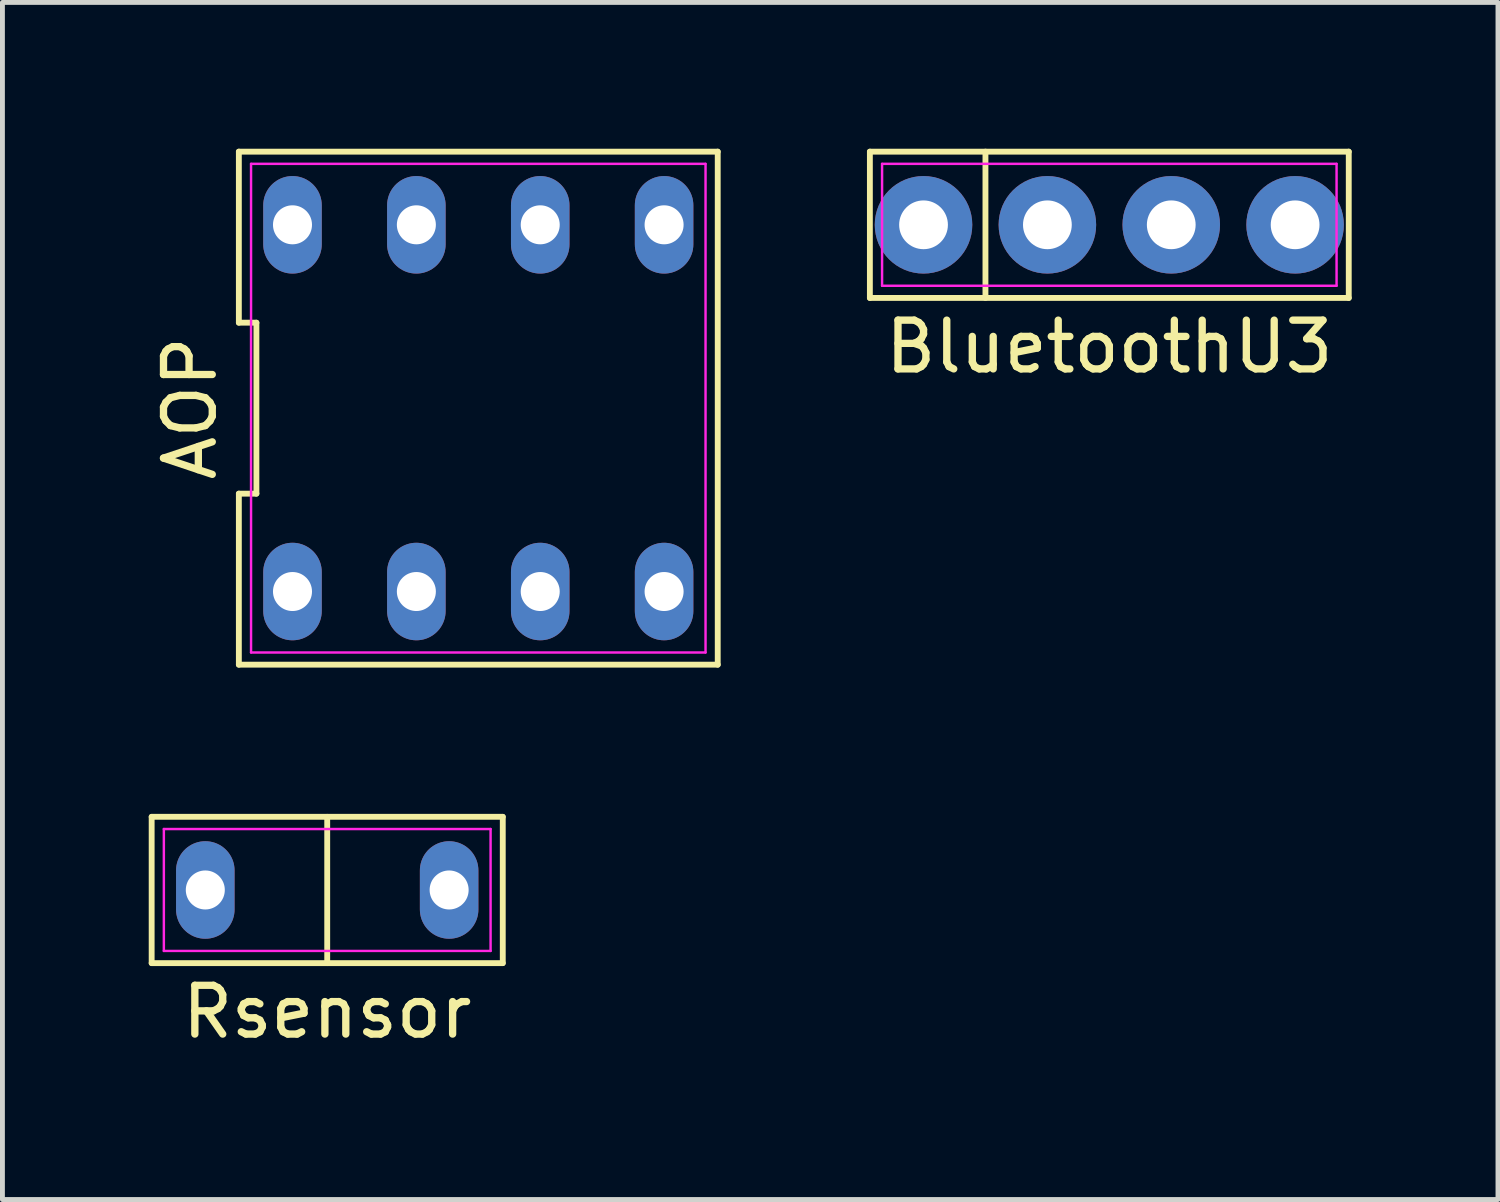
<source format=kicad_pcb>
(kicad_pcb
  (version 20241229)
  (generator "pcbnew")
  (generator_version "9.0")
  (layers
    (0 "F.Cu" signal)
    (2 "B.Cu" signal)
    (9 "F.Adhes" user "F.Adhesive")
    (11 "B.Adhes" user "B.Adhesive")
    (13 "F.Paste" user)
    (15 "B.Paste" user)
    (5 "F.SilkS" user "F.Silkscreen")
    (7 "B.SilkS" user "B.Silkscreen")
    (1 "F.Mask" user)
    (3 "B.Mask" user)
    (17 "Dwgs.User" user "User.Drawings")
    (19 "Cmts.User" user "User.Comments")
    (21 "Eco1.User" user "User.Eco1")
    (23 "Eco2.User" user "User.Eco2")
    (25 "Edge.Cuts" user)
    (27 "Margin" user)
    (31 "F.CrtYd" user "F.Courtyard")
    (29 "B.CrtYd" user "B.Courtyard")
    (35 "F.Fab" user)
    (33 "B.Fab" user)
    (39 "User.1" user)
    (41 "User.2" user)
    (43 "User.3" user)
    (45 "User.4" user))
  (footprint "Rsensor"
    (layer "F.Cu")
    (at 3.66 15.2)
    (property "Reference" "Rsensor" (at 0 2.5 0) (layer "F.SilkS") (effects (font (size 1 1) (thickness 0.15))))
    (attr through_hole)
    (fp_line (start -3.6 -1.5) (end 3.6 -1.5) (stroke (width 0.12) (type solid)) (layer "F.SilkS"))
    (fp_line (start -3.6 1.5) (end -3.6 -1.5) (stroke (width 0.12) (type solid)) (layer "F.SilkS"))
    (fp_line (start 0 -1.5) (end 0 1.5) (stroke (width 0.12) (type solid)) (layer "F.SilkS"))
    (fp_line (start 3.6 -1.5) (end 3.6 1.5) (stroke (width 0.12) (type solid)) (layer "F.SilkS"))
    (fp_line (start 3.6 1.5) (end -3.6 1.5) (stroke (width 0.12) (type solid)) (layer "F.SilkS"))
    (fp_line (start -3.35 -1.25) (end 3.35 -1.25) (stroke (width 0.05) (type solid)) (layer "F.CrtYd"))
    (fp_line (start -3.35 1.25) (end -3.35 -1.25) (stroke (width 0.05) (type solid)) (layer "F.CrtYd"))
    (fp_line (start 3.35 -1.25) (end 3.35 1.25) (stroke (width 0.05) (type solid)) (layer "F.CrtYd"))
    (fp_line (start 3.35 1.25) (end -3.35 1.25) (stroke (width 0.05) (type solid)) (layer "F.CrtYd"))
    (pad "1" thru_hole oval (at -2.5 0) (size 1.2 2) (drill 0.8) (layers "*.Cu" "*.Mask"))
    (pad "2" thru_hole oval (at 2.5 0) (size 1.2 2) (drill 0.8) (layers "*.Cu" "*.Mask")))
  (footprint "BluetoothU3"
    (layer "F.Cu")
    (at 19.698 1.56)
    (property "Reference" "BluetoothU3" (at 0 2.5 0) (layer "F.SilkS") (effects (font (size 1 1) (thickness 0.15))))
    (attr through_hole)
    (fp_line (start -4.91 -1.5) (end 4.91 -1.5) (stroke (width 0.12) (type solid)) (layer "F.SilkS"))
    (fp_line (start -4.91 1.5) (end -4.91 -1.5) (stroke (width 0.12) (type solid)) (layer "F.SilkS"))
    (fp_line (start -2.54 -1.5) (end -2.54 1.5) (stroke (width 0.12) (type solid)) (layer "F.SilkS"))
    (fp_line (start 4.91 -1.5) (end 4.91 1.5) (stroke (width 0.12) (type solid)) (layer "F.SilkS"))
    (fp_line (start 4.91 1.5) (end -4.91 1.5) (stroke (width 0.12) (type solid)) (layer "F.SilkS"))
    (fp_line (start -4.66 -1.25) (end 4.66 -1.25) (stroke (width 0.05) (type solid)) (layer "F.CrtYd"))
    (fp_line (start -4.66 1.25) (end -4.66 -1.25) (stroke (width 0.05) (type solid)) (layer "F.CrtYd"))
    (fp_line (start 4.66 -1.25) (end 4.66 1.25) (stroke (width 0.05) (type solid)) (layer "F.CrtYd"))
    (fp_line (start 4.66 1.25) (end -4.66 1.25) (stroke (width 0.05) (type solid)) (layer "F.CrtYd"))
    (pad "1" thru_hole circle (at -3.81 0) (size 2 2) (drill 1) (layers "*.Cu" "*.Mask"))
    (pad "2" thru_hole circle (at -1.27 0) (size 2 2) (drill 1) (layers "*.Cu" "*.Mask"))
    (pad "3" thru_hole circle (at 1.27 0) (size 2 2) (drill 1) (layers "*.Cu" "*.Mask"))
    (pad "4" thru_hole circle (at 3.81 0) (size 2 2) (drill 1) (layers "*.Cu" "*.Mask")))
  (footprint "AOP"
    (layer "F.Cu")
    (at 6.758 5.32)
    (property "Reference" "AOP" (at -5.91 0 90) (layer "F.SilkS") (effects (font (size 1 1) (thickness 0.15))))
    (attr through_hole)
    (fp_line (start -4.91 -5.26) (end -4.91 -1.753) (stroke (width 0.12) (type solid)) (layer "F.SilkS"))
    (fp_line (start -4.91 -1.753) (end -4.55 -1.753) (stroke (width 0.12) (type solid)) (layer "F.SilkS"))
    (fp_line (start -4.91 1.753) (end -4.91 5.26) (stroke (width 0.12) (type solid)) (layer "F.SilkS"))
    (fp_line (start -4.91 5.26) (end 4.91 5.26) (stroke (width 0.12) (type solid)) (layer "F.SilkS"))
    (fp_line (start -4.55 -1.753) (end -4.55 1.753) (stroke (width 0.12) (type solid)) (layer "F.SilkS"))
    (fp_line (start -4.55 1.753) (end -4.91 1.753) (stroke (width 0.12) (type solid)) (layer "F.SilkS"))
    (fp_line (start 4.91 -5.26) (end -4.91 -5.26) (stroke (width 0.12) (type solid)) (layer "F.SilkS"))
    (fp_line (start 4.91 5.26) (end 4.91 -5.26) (stroke (width 0.12) (type solid)) (layer "F.SilkS"))
    (fp_line (start -4.66 -5.01) (end 4.66 -5.01) (stroke (width 0.05) (type solid)) (layer "F.CrtYd"))
    (fp_line (start -4.66 5.01) (end -4.66 -5.01) (stroke (width 0.05) (type solid)) (layer "F.CrtYd"))
    (fp_line (start 4.66 -5.01) (end 4.66 5.01) (stroke (width 0.05) (type solid)) (layer "F.CrtYd"))
    (fp_line (start 4.66 5.01) (end -4.66 5.01) (stroke (width 0.05) (type solid)) (layer "F.CrtYd"))
    (pad "1" thru_hole oval (at -3.81 3.76) (size 1.2 2) (drill 0.8) (layers "*.Cu" "*.Mask"))
    (pad "2" thru_hole oval (at -1.27 3.76) (size 1.2 2) (drill 0.8) (layers "*.Cu" "*.Mask"))
    (pad "3" thru_hole oval (at 1.27 3.76) (size 1.2 2) (drill 0.8) (layers "*.Cu" "*.Mask"))
    (pad "4" thru_hole oval (at 3.81 3.76) (size 1.2 2) (drill 0.8) (layers "*.Cu" "*.Mask"))
    (pad "5" thru_hole oval (at 3.81 -3.76) (size 1.2 2) (drill 0.8) (layers "*.Cu" "*.Mask"))
    (pad "6" thru_hole oval (at 1.27 -3.76) (size 1.2 2) (drill 0.8) (layers "*.Cu" "*.Mask"))
    (pad "7" thru_hole oval (at -1.27 -3.76) (size 1.2 2) (drill 0.8) (layers "*.Cu" "*.Mask"))
    (pad "8" thru_hole oval (at -3.81 -3.76) (size 1.2 2) (drill 0.8) (layers "*.Cu" "*.Mask")))
  (gr_rect
    (start -3 -3)
    (end 27.668 21.548)
    (stroke (width 0.1) (type default))
    (fill no)
    (layer "Edge.Cuts")))
</source>
